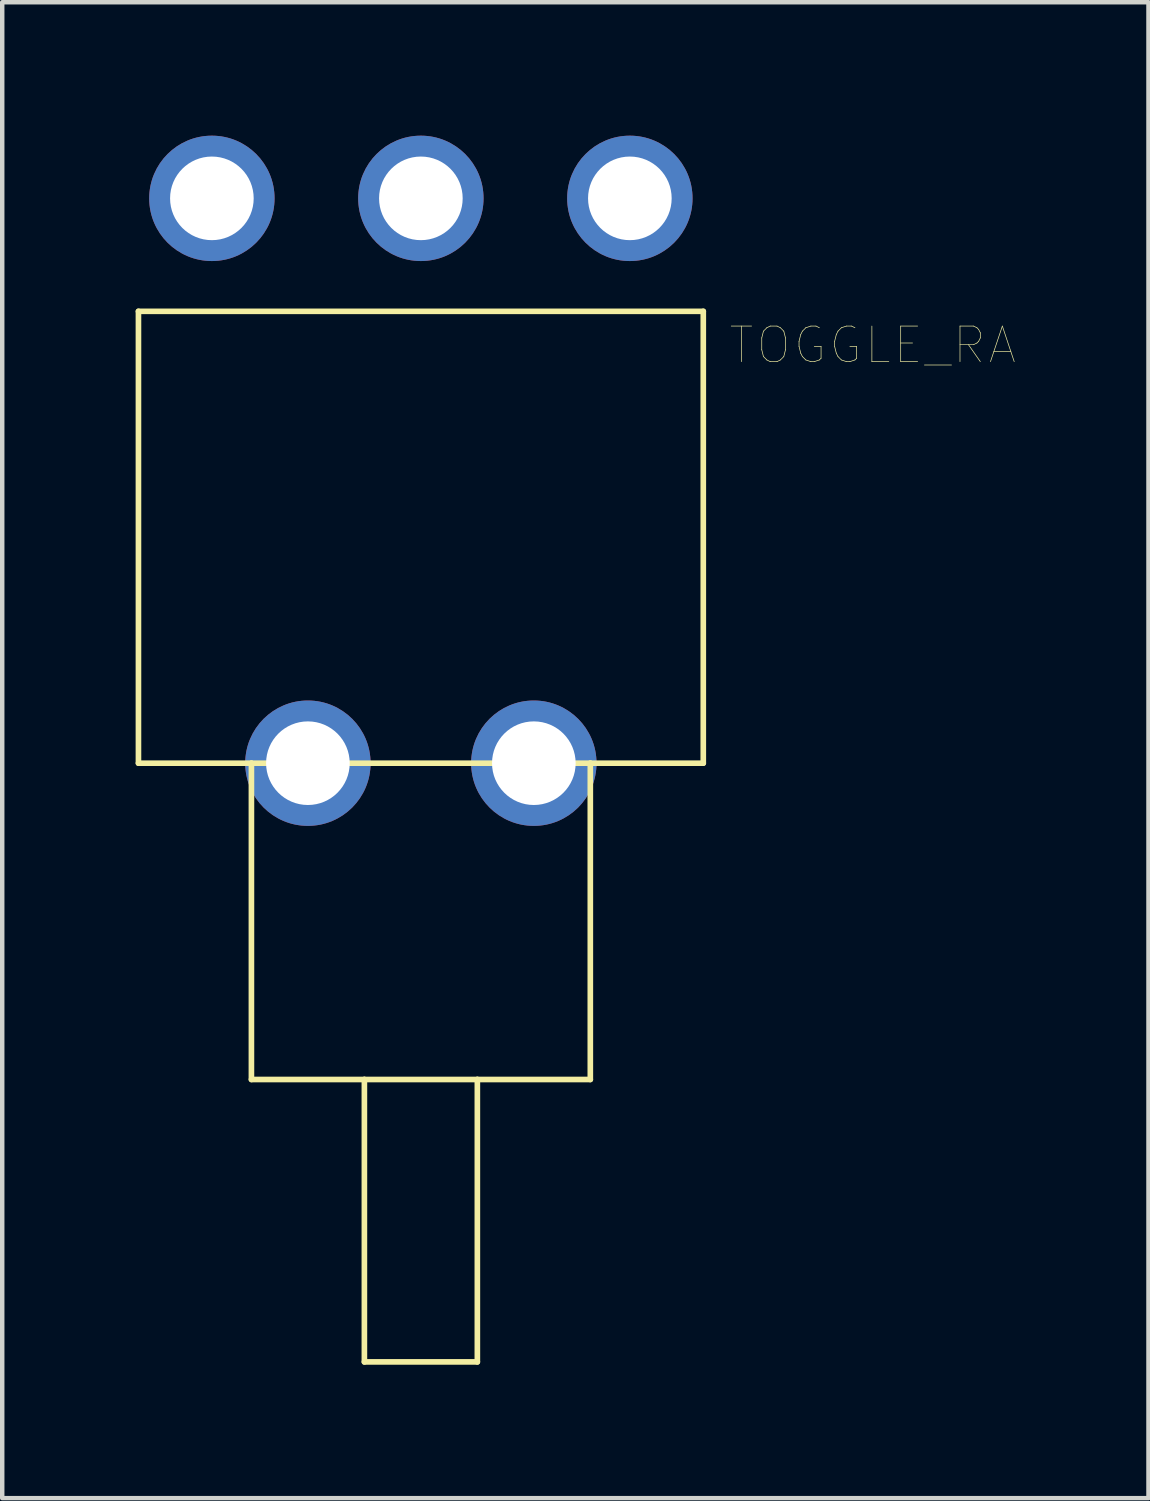
<source format=kicad_pcb>
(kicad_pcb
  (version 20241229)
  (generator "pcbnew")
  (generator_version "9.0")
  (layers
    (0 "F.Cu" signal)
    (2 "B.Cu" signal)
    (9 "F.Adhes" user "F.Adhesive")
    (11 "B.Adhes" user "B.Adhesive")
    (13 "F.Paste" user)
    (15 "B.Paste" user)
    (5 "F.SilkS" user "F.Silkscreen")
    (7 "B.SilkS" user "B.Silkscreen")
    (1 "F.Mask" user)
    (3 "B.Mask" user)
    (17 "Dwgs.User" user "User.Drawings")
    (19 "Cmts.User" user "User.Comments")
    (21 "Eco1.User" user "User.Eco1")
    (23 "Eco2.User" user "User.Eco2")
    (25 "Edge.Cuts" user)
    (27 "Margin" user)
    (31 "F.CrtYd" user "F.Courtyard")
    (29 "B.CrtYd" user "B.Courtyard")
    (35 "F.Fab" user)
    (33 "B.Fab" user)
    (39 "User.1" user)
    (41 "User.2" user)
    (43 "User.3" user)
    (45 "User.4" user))
  (footprint "TOGGLE_RA"
    (layer "F.Cu")
    (at 6.413 14.11)
    (property "Reference" "TOGGLE_RA" (at 10.16 -9.398 0) (layer "F.SilkS") (effects (font (size 0.8 0.8) (thickness 0.015))))
    (attr through_hole)
    (fp_line (start -6.35 -10.16) (end -6.35 0) (stroke (width 0.127) (type solid)) (layer "F.SilkS"))
    (fp_line (start -6.35 0) (end -3.81 0) (stroke (width 0.127) (type solid)) (layer "F.SilkS"))
    (fp_line (start -3.81 0) (end -3.81 7.112) (stroke (width 0.127) (type solid)) (layer "F.SilkS"))
    (fp_line (start -3.81 0) (end 3.81 0) (stroke (width 0.127) (type solid)) (layer "F.SilkS"))
    (fp_line (start -3.81 7.112) (end -1.27 7.112) (stroke (width 0.127) (type solid)) (layer "F.SilkS"))
    (fp_line (start -1.27 7.112) (end -1.27 13.462) (stroke (width 0.127) (type solid)) (layer "F.SilkS"))
    (fp_line (start -1.27 7.112) (end 1.27 7.112) (stroke (width 0.127) (type solid)) (layer "F.SilkS"))
    (fp_line (start -1.27 13.462) (end 1.27 13.462) (stroke (width 0.127) (type solid)) (layer "F.SilkS"))
    (fp_line (start 1.27 7.112) (end 3.81 7.112) (stroke (width 0.127) (type solid)) (layer "F.SilkS"))
    (fp_line (start 1.27 13.462) (end 1.27 7.112) (stroke (width 0.127) (type solid)) (layer "F.SilkS"))
    (fp_line (start 3.81 0) (end 6.35 0) (stroke (width 0.127) (type solid)) (layer "F.SilkS"))
    (fp_line (start 3.81 7.112) (end 3.81 0) (stroke (width 0.127) (type solid)) (layer "F.SilkS"))
    (fp_line (start 6.35 -10.16) (end -6.35 -10.16) (stroke (width 0.127) (type solid)) (layer "F.SilkS"))
    (fp_line (start 6.35 0) (end 6.35 -10.16) (stroke (width 0.127) (type solid)) (layer "F.SilkS"))
    (pad "1" thru_hole circle (at 4.699 -12.7) (size 2.819 2.819) (drill 1.88) (layers "*.Cu" "*.Mask"))
    (pad "2" thru_hole circle (at 0 -12.7) (size 2.819 2.819) (drill 1.88) (layers "*.Cu" "*.Mask"))
    (pad "3" thru_hole circle (at -4.699 -12.7) (size 2.819 2.819) (drill 1.88) (layers "*.Cu" "*.Mask"))
    (pad "P$4" thru_hole circle (at -2.54 0) (size 2.819 2.819) (drill 1.88) (layers "*.Cu" "*.Mask"))
    (pad "P$5" thru_hole circle (at 2.54 0) (size 2.819 2.819) (drill 1.88) (layers "*.Cu" "*.Mask")))
  (gr_rect
    (start -3 -3)
    (end 22.773 30.635)
    (stroke (width 0.1) (type default))
    (fill no)
    (layer "Edge.Cuts")))
</source>
